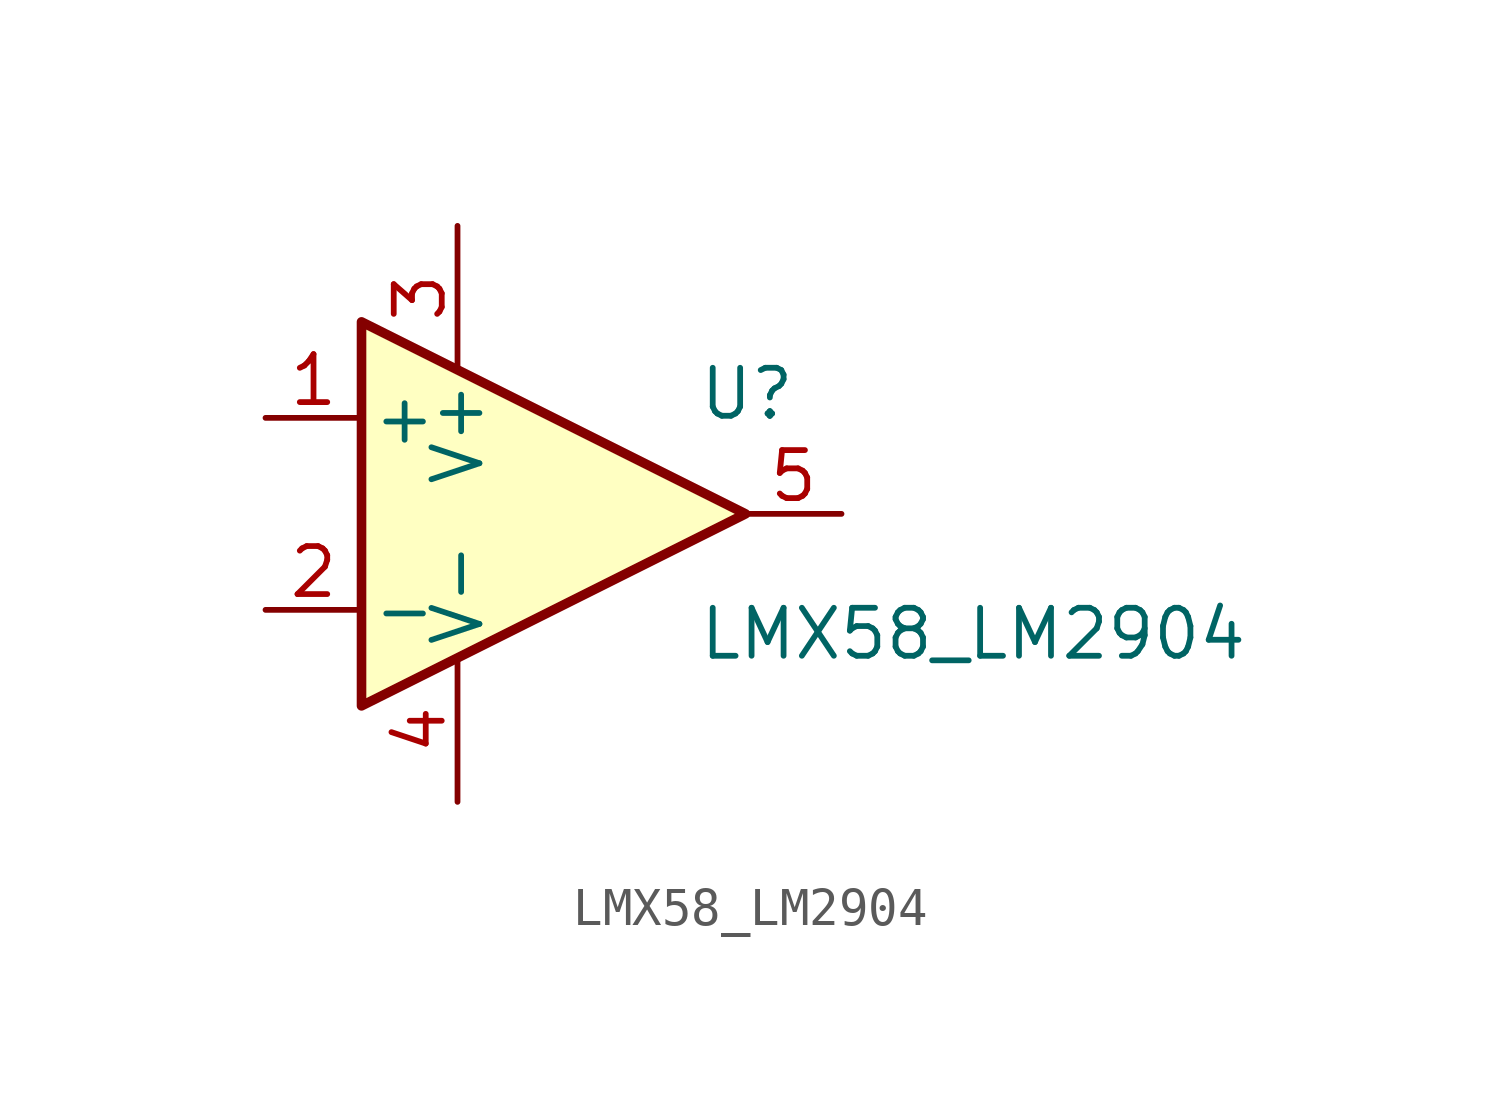
<source format=kicad_sym>
(kicad_symbol_lib
  (version 20211014)
  (generator kicad_symbol_editor)
  (symbol "LMX58_LM2904"
    (pin_names
      (offset 0.254))
    (property "Reference" "U"
      (at 3.81 3.175 0)
      (effects (font (size 1.27 1.27)) (justify left)))
    (property "Value" "LMX58_LM2904"
      (at 3.81 -3.175 0)
      (effects (font (size 1.27 1.27)) (justify left)))
    (symbol "LMX58_LM2904_0_1"
      (polyline (pts (xy 5.08 0) (xy -5.08 5.08) (xy -5.08 -5.08) (xy 5.08 0)) (stroke (width 0.254) (type default) (color 0 0 0 0)) (fill (type background))))
    (symbol "LMX58_LM2904_1_1"
      (pin passive line (at -7.62 2.54 0) (length 2.54) (name "+" (effects (font (size 1.27 1.27)))) (number "1" (effects (font (size 1.27 1.27)))))
      (pin passive line (at -7.62 -2.54 0) (length 2.54) (name "-" (effects (font (size 1.27 1.27)))) (number "2" (effects (font (size 1.27 1.27)))))
      (pin passive line (at -2.54 7.62 270) (length 3.81) (name "V+" (effects (font (size 1.27 1.27)))) (number "3" (effects (font (size 1.27 1.27)))))
      (pin passive line (at -2.54 -7.62 90) (length 3.81) (name "V-" (effects (font (size 1.27 1.27)))) (number "4" (effects (font (size 1.27 1.27)))))
      (pin passive line (at 7.62 0 180) (length 2.54) (name "~" (effects (font (size 1.27 1.27)))) (number "5" (effects (font (size 1.27 1.27))))))))
</source>
